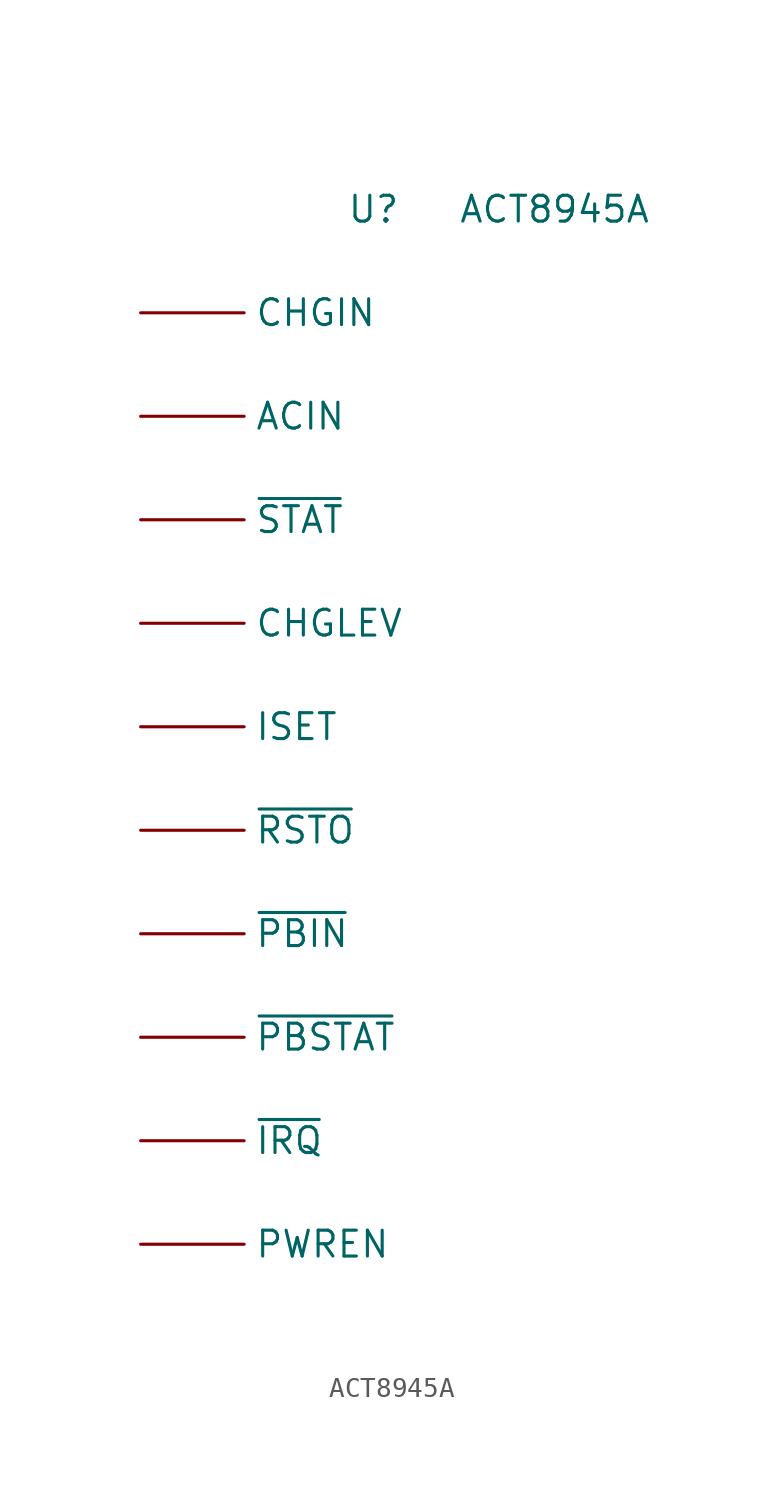
<source format=kicad_sym>
(kicad_symbol_lib
  (version 20210619)
  (generator kicad_symbol_editor)
  (symbol "qorvo:ACT8945A"
    (property "Reference" "U"
      (at -3.81 2.54 0)
      (effects (font (size 1.27 1.27))))
    (property "Value" "ACT8945A"
      (at 5.08 2.54 0)
      (effects (font (size 1.27 1.27))))
    (symbol "ACT8945A_1_1"
      (pin passive line (at -15.24 -7.62 0) (length 5.08) (name "ACIN" (effects (font (size 1.27 1.27)))) (number "" (effects (font (size 1.27 1.27)))))
      (pin passive line (at -15.24 -2.54 0) (length 5.08) (name "CHGIN" (effects (font (size 1.27 1.27)))) (number "" (effects (font (size 1.27 1.27)))))
      (pin passive line (at -15.24 -17.78 0) (length 5.08) (name "CHGLEV" (effects (font (size 1.27 1.27)))) (number "" (effects (font (size 1.27 1.27)))))
      (pin passive line (at -15.24 -22.86 0) (length 5.08) (name "ISET" (effects (font (size 1.27 1.27)))) (number "" (effects (font (size 1.27 1.27)))))
      (pin passive line (at -15.24 -48.26 0) (length 5.08) (name "PWREN" (effects (font (size 1.27 1.27)))) (number "" (effects (font (size 1.27 1.27)))))
      (pin passive line (at -15.24 -43.18 0) (length 5.08) (name "~{IRQ}" (effects (font (size 1.27 1.27)))) (number "" (effects (font (size 1.27 1.27)))))
      (pin passive line (at -15.24 -33.02 0) (length 5.08) (name "~{PBIN}" (effects (font (size 1.27 1.27)))) (number "" (effects (font (size 1.27 1.27)))))
      (pin passive line (at -15.24 -38.1 0) (length 5.08) (name "~{PBSTAT}" (effects (font (size 1.27 1.27)))) (number "" (effects (font (size 1.27 1.27)))))
      (pin passive line (at -15.24 -27.94 0) (length 5.08) (name "~{RSTO}" (effects (font (size 1.27 1.27)))) (number "" (effects (font (size 1.27 1.27)))))
      (pin passive line (at -15.24 -12.7 0) (length 5.08) (name "~{STAT}" (effects (font (size 1.27 1.27)))) (number "" (effects (font (size 1.27 1.27))))))))
</source>
